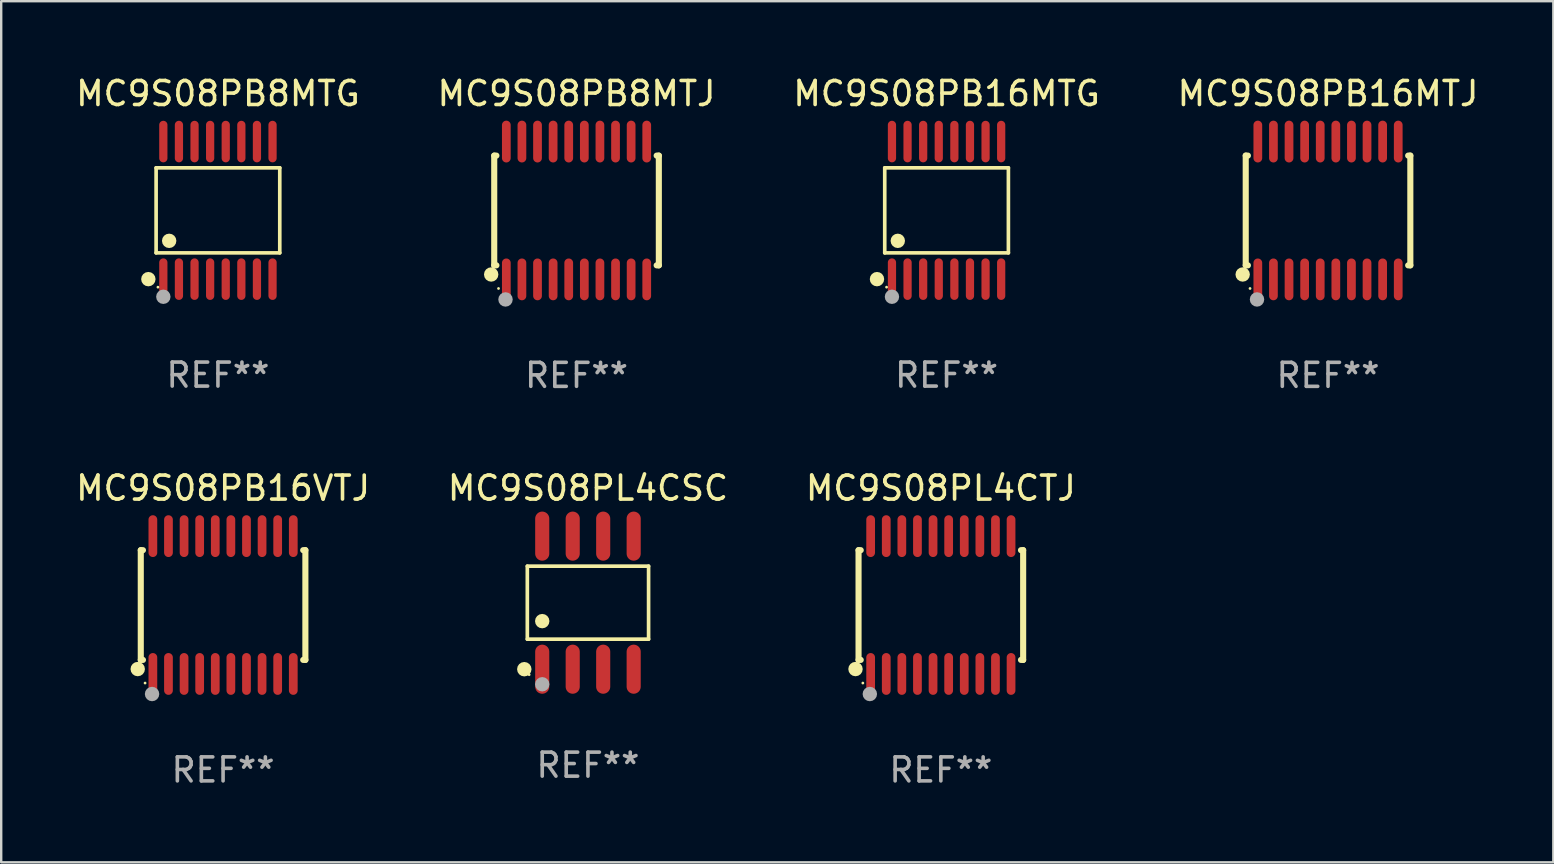
<source format=kicad_pcb>
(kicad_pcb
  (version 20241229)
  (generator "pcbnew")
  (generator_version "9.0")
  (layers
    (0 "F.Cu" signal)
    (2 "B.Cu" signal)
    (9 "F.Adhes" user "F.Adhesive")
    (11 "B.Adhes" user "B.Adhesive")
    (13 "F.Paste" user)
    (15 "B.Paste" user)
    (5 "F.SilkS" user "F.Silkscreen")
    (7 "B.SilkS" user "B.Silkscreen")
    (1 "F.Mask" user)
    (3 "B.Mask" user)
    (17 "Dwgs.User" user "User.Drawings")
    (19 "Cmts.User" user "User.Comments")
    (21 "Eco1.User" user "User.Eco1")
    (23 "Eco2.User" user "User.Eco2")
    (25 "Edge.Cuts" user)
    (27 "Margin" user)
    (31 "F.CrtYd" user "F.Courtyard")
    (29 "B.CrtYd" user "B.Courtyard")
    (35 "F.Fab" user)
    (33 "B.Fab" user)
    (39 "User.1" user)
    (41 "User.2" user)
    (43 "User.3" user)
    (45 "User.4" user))
  (footprint "MC9S08PB8MTJ"
    (layer "F.Cu")
    (at 20.97 5.719)
    (property "Reference" "MC9S08PB8MTJ" (at 0 -4.871 0) (layer "F.SilkS") (effects (font (size 1 1) (thickness 0.15))))
    (attr through_hole)
    (fp_line (start -3.429 -2.286) (end -3.429 2.286) (stroke (width 0.254) (type solid)) (layer "F.SilkS"))
    (fp_line (start -3.429 2.286) (end -3.338 2.286) (stroke (width 0.254) (type solid)) (layer "F.SilkS"))
    (fp_line (start -3.338 -2.286) (end -3.429 -2.286) (stroke (width 0.254) (type solid)) (layer "F.SilkS"))
    (fp_line (start 3.338 -2.286) (end 3.429 -2.286) (stroke (width 0.254) (type solid)) (layer "F.SilkS"))
    (fp_line (start 3.429 -2.286) (end 3.429 2.286) (stroke (width 0.254) (type solid)) (layer "F.SilkS"))
    (fp_line (start 3.429 2.286) (end 3.338 2.286) (stroke (width 0.254) (type solid)) (layer "F.SilkS"))
    (fp_circle (center -3.556 2.667) (end -3.406 2.667) (stroke (width 0.3) (type solid)) (fill no) (layer "F.SilkS"))
    (fp_circle (center -3.25 3.25) (end -3.22 3.25) (stroke (width 0.06) (type solid)) (fill no) (layer "F.SilkS"))
    (fp_circle (center -2.959 3.707) (end -2.808 3.707) (stroke (width 0.3) (type solid)) (fill no) (layer "F.Fab"))
    (fp_text user "REF**" (at 0 6.871 0) (layer "F.Fab") (effects (font (size 1 1) (thickness 0.15))))
    (pad "1" smd oval (at -2.925 2.871) (size 0.364 1.742) (layers "F.Cu" "F.Mask" "F.Paste"))
    (pad "2" smd oval (at -2.275 2.871) (size 0.364 1.742) (layers "F.Cu" "F.Mask" "F.Paste"))
    (pad "3" smd oval (at -1.625 2.871) (size 0.364 1.742) (layers "F.Cu" "F.Mask" "F.Paste"))
    (pad "4" smd oval (at -0.975 2.871) (size 0.364 1.742) (layers "F.Cu" "F.Mask" "F.Paste"))
    (pad "5" smd oval (at -0.325 2.871) (size 0.364 1.742) (layers "F.Cu" "F.Mask" "F.Paste"))
    (pad "6" smd oval (at 0.325 2.871) (size 0.364 1.742) (layers "F.Cu" "F.Mask" "F.Paste"))
    (pad "7" smd oval (at 0.975 2.871) (size 0.364 1.742) (layers "F.Cu" "F.Mask" "F.Paste"))
    (pad "8" smd oval (at 1.625 2.871) (size 0.364 1.742) (layers "F.Cu" "F.Mask" "F.Paste"))
    (pad "9" smd oval (at 2.275 2.871) (size 0.364 1.742) (layers "F.Cu" "F.Mask" "F.Paste"))
    (pad "10" smd oval (at 2.925 2.871) (size 0.364 1.742) (layers "F.Cu" "F.Mask" "F.Paste"))
    (pad "11" smd oval (at 2.925 -2.871) (size 0.364 1.742) (layers "F.Cu" "F.Mask" "F.Paste"))
    (pad "12" smd oval (at 2.275 -2.871) (size 0.364 1.742) (layers "F.Cu" "F.Mask" "F.Paste"))
    (pad "13" smd oval (at 1.625 -2.871) (size 0.364 1.742) (layers "F.Cu" "F.Mask" "F.Paste"))
    (pad "14" smd oval (at 0.975 -2.871) (size 0.364 1.742) (layers "F.Cu" "F.Mask" "F.Paste"))
    (pad "15" smd oval (at 0.325 -2.871) (size 0.364 1.742) (layers "F.Cu" "F.Mask" "F.Paste"))
    (pad "16" smd oval (at -0.325 -2.871) (size 0.364 1.742) (layers "F.Cu" "F.Mask" "F.Paste"))
    (pad "17" smd oval (at -0.975 -2.871) (size 0.364 1.742) (layers "F.Cu" "F.Mask" "F.Paste"))
    (pad "18" smd oval (at -1.625 -2.871) (size 0.364 1.742) (layers "F.Cu" "F.Mask" "F.Paste"))
    (pad "19" smd oval (at -2.275 -2.871) (size 0.364 1.742) (layers "F.Cu" "F.Mask" "F.Paste"))
    (pad "20" smd oval (at -2.925 -2.871) (size 0.364 1.742) (layers "F.Cu" "F.Mask" "F.Paste")))
  (footprint "MC9S08PL4CTJ"
    (layer "F.Cu")
    (at 36.149 22.158)
    (property "Reference" "MC9S08PL4CTJ" (at 0 -4.871 0) (layer "F.SilkS") (effects (font (size 1 1) (thickness 0.15))))
    (attr through_hole)
    (fp_line (start -3.429 -2.286) (end -3.429 2.286) (stroke (width 0.254) (type solid)) (layer "F.SilkS"))
    (fp_line (start -3.429 2.286) (end -3.338 2.286) (stroke (width 0.254) (type solid)) (layer "F.SilkS"))
    (fp_line (start -3.338 -2.286) (end -3.429 -2.286) (stroke (width 0.254) (type solid)) (layer "F.SilkS"))
    (fp_line (start 3.338 -2.286) (end 3.429 -2.286) (stroke (width 0.254) (type solid)) (layer "F.SilkS"))
    (fp_line (start 3.429 -2.286) (end 3.429 2.286) (stroke (width 0.254) (type solid)) (layer "F.SilkS"))
    (fp_line (start 3.429 2.286) (end 3.338 2.286) (stroke (width 0.254) (type solid)) (layer "F.SilkS"))
    (fp_circle (center -3.556 2.667) (end -3.406 2.667) (stroke (width 0.3) (type solid)) (fill no) (layer "F.SilkS"))
    (fp_circle (center -3.25 3.25) (end -3.22 3.25) (stroke (width 0.06) (type solid)) (fill no) (layer "F.SilkS"))
    (fp_circle (center -2.959 3.707) (end -2.808 3.707) (stroke (width 0.3) (type solid)) (fill no) (layer "F.Fab"))
    (fp_text user "REF**" (at 0 6.871 0) (layer "F.Fab") (effects (font (size 1 1) (thickness 0.15))))
    (pad "1" smd oval (at -2.925 2.871) (size 0.364 1.742) (layers "F.Cu" "F.Mask" "F.Paste"))
    (pad "2" smd oval (at -2.275 2.871) (size 0.364 1.742) (layers "F.Cu" "F.Mask" "F.Paste"))
    (pad "3" smd oval (at -1.625 2.871) (size 0.364 1.742) (layers "F.Cu" "F.Mask" "F.Paste"))
    (pad "4" smd oval (at -0.975 2.871) (size 0.364 1.742) (layers "F.Cu" "F.Mask" "F.Paste"))
    (pad "5" smd oval (at -0.325 2.871) (size 0.364 1.742) (layers "F.Cu" "F.Mask" "F.Paste"))
    (pad "6" smd oval (at 0.325 2.871) (size 0.364 1.742) (layers "F.Cu" "F.Mask" "F.Paste"))
    (pad "7" smd oval (at 0.975 2.871) (size 0.364 1.742) (layers "F.Cu" "F.Mask" "F.Paste"))
    (pad "8" smd oval (at 1.625 2.871) (size 0.364 1.742) (layers "F.Cu" "F.Mask" "F.Paste"))
    (pad "9" smd oval (at 2.275 2.871) (size 0.364 1.742) (layers "F.Cu" "F.Mask" "F.Paste"))
    (pad "10" smd oval (at 2.925 2.871) (size 0.364 1.742) (layers "F.Cu" "F.Mask" "F.Paste"))
    (pad "11" smd oval (at 2.925 -2.871) (size 0.364 1.742) (layers "F.Cu" "F.Mask" "F.Paste"))
    (pad "12" smd oval (at 2.275 -2.871) (size 0.364 1.742) (layers "F.Cu" "F.Mask" "F.Paste"))
    (pad "13" smd oval (at 1.625 -2.871) (size 0.364 1.742) (layers "F.Cu" "F.Mask" "F.Paste"))
    (pad "14" smd oval (at 0.975 -2.871) (size 0.364 1.742) (layers "F.Cu" "F.Mask" "F.Paste"))
    (pad "15" smd oval (at 0.325 -2.871) (size 0.364 1.742) (layers "F.Cu" "F.Mask" "F.Paste"))
    (pad "16" smd oval (at -0.325 -2.871) (size 0.364 1.742) (layers "F.Cu" "F.Mask" "F.Paste"))
    (pad "17" smd oval (at -0.975 -2.871) (size 0.364 1.742) (layers "F.Cu" "F.Mask" "F.Paste"))
    (pad "18" smd oval (at -1.625 -2.871) (size 0.364 1.742) (layers "F.Cu" "F.Mask" "F.Paste"))
    (pad "19" smd oval (at -2.275 -2.871) (size 0.364 1.742) (layers "F.Cu" "F.Mask" "F.Paste"))
    (pad "20" smd oval (at -2.925 -2.871) (size 0.364 1.742) (layers "F.Cu" "F.Mask" "F.Paste")))
  (footprint "MC9S08PB8MTG"
    (layer "F.Cu")
    (at 6.03 5.714)
    (property "Reference" "MC9S08PB8MTG" (at 0 -4.866 0) (layer "F.SilkS") (effects (font (size 1 1) (thickness 0.15))))
    (attr through_hole)
    (fp_line (start -2.576 -1.772) (end 2.576 -1.772) (stroke (width 0.152) (type solid)) (layer "F.SilkS"))
    (fp_line (start -2.576 1.771) (end -2.576 -1.772) (stroke (width 0.152) (type solid)) (layer "F.SilkS"))
    (fp_line (start 2.576 -1.772) (end 2.576 1.771) (stroke (width 0.152) (type solid)) (layer "F.SilkS"))
    (fp_line (start 2.576 1.771) (end -2.576 1.771) (stroke (width 0.152) (type solid)) (layer "F.SilkS"))
    (fp_circle (center -2.899 2.866) (end -2.749 2.866) (stroke (width 0.3) (type solid)) (fill no) (layer "F.SilkS"))
    (fp_circle (center -2.5 3.2) (end -2.47 3.2) (stroke (width 0.06) (type solid)) (fill no) (layer "F.SilkS"))
    (fp_circle (center -2.032 1.27) (end -1.882 1.27) (stroke (width 0.3) (type solid)) (fill no) (layer "F.SilkS"))
    (fp_circle (center -2.275 3.6) (end -2.125 3.6) (stroke (width 0.3) (type solid)) (fill no) (layer "F.Fab"))
    (fp_text user "REF**" (at 0 6.866 0) (layer "F.Fab") (effects (font (size 1 1) (thickness 0.15))))
    (pad "1" smd oval (at -2.275 2.866) (size 0.343 1.731) (layers "F.Cu" "F.Mask" "F.Paste"))
    (pad "2" smd oval (at -1.625 2.866) (size 0.343 1.731) (layers "F.Cu" "F.Mask" "F.Paste"))
    (pad "3" smd oval (at -0.975 2.866) (size 0.343 1.731) (layers "F.Cu" "F.Mask" "F.Paste"))
    (pad "4" smd oval (at -0.325 2.866) (size 0.343 1.731) (layers "F.Cu" "F.Mask" "F.Paste"))
    (pad "5" smd oval (at 0.325 2.866) (size 0.343 1.731) (layers "F.Cu" "F.Mask" "F.Paste"))
    (pad "6" smd oval (at 0.975 2.866) (size 0.343 1.731) (layers "F.Cu" "F.Mask" "F.Paste"))
    (pad "7" smd oval (at 1.625 2.866) (size 0.343 1.731) (layers "F.Cu" "F.Mask" "F.Paste"))
    (pad "8" smd oval (at 2.275 2.866) (size 0.343 1.731) (layers "F.Cu" "F.Mask" "F.Paste"))
    (pad "9" smd oval (at 2.275 -2.866) (size 0.343 1.731) (layers "F.Cu" "F.Mask" "F.Paste"))
    (pad "10" smd oval (at 1.625 -2.866) (size 0.343 1.731) (layers "F.Cu" "F.Mask" "F.Paste"))
    (pad "11" smd oval (at 0.975 -2.866) (size 0.343 1.731) (layers "F.Cu" "F.Mask" "F.Paste"))
    (pad "12" smd oval (at 0.325 -2.866) (size 0.343 1.731) (layers "F.Cu" "F.Mask" "F.Paste"))
    (pad "13" smd oval (at -0.325 -2.866) (size 0.343 1.731) (layers "F.Cu" "F.Mask" "F.Paste"))
    (pad "14" smd oval (at -0.975 -2.866) (size 0.343 1.731) (layers "F.Cu" "F.Mask" "F.Paste"))
    (pad "15" smd oval (at -1.625 -2.866) (size 0.343 1.731) (layers "F.Cu" "F.Mask" "F.Paste"))
    (pad "16" smd oval (at -2.275 -2.866) (size 0.343 1.731) (layers "F.Cu" "F.Mask" "F.Paste")))
  (footprint "MC9S08PB16MTG"
    (layer "F.Cu")
    (at 36.387 5.714)
    (property "Reference" "MC9S08PB16MTG" (at 0 -4.866 0) (layer "F.SilkS") (effects (font (size 1 1) (thickness 0.15))))
    (attr through_hole)
    (fp_line (start -2.576 -1.772) (end 2.576 -1.772) (stroke (width 0.152) (type solid)) (layer "F.SilkS"))
    (fp_line (start -2.576 1.771) (end -2.576 -1.772) (stroke (width 0.152) (type solid)) (layer "F.SilkS"))
    (fp_line (start 2.576 -1.772) (end 2.576 1.771) (stroke (width 0.152) (type solid)) (layer "F.SilkS"))
    (fp_line (start 2.576 1.771) (end -2.576 1.771) (stroke (width 0.152) (type solid)) (layer "F.SilkS"))
    (fp_circle (center -2.899 2.866) (end -2.749 2.866) (stroke (width 0.3) (type solid)) (fill no) (layer "F.SilkS"))
    (fp_circle (center -2.5 3.2) (end -2.47 3.2) (stroke (width 0.06) (type solid)) (fill no) (layer "F.SilkS"))
    (fp_circle (center -2.032 1.27) (end -1.882 1.27) (stroke (width 0.3) (type solid)) (fill no) (layer "F.SilkS"))
    (fp_circle (center -2.275 3.6) (end -2.125 3.6) (stroke (width 0.3) (type solid)) (fill no) (layer "F.Fab"))
    (fp_text user "REF**" (at 0 6.866 0) (layer "F.Fab") (effects (font (size 1 1) (thickness 0.15))))
    (pad "1" smd oval (at -2.275 2.866) (size 0.343 1.731) (layers "F.Cu" "F.Mask" "F.Paste"))
    (pad "2" smd oval (at -1.625 2.866) (size 0.343 1.731) (layers "F.Cu" "F.Mask" "F.Paste"))
    (pad "3" smd oval (at -0.975 2.866) (size 0.343 1.731) (layers "F.Cu" "F.Mask" "F.Paste"))
    (pad "4" smd oval (at -0.325 2.866) (size 0.343 1.731) (layers "F.Cu" "F.Mask" "F.Paste"))
    (pad "5" smd oval (at 0.325 2.866) (size 0.343 1.731) (layers "F.Cu" "F.Mask" "F.Paste"))
    (pad "6" smd oval (at 0.975 2.866) (size 0.343 1.731) (layers "F.Cu" "F.Mask" "F.Paste"))
    (pad "7" smd oval (at 1.625 2.866) (size 0.343 1.731) (layers "F.Cu" "F.Mask" "F.Paste"))
    (pad "8" smd oval (at 2.275 2.866) (size 0.343 1.731) (layers "F.Cu" "F.Mask" "F.Paste"))
    (pad "9" smd oval (at 2.275 -2.866) (size 0.343 1.731) (layers "F.Cu" "F.Mask" "F.Paste"))
    (pad "10" smd oval (at 1.625 -2.866) (size 0.343 1.731) (layers "F.Cu" "F.Mask" "F.Paste"))
    (pad "11" smd oval (at 0.975 -2.866) (size 0.343 1.731) (layers "F.Cu" "F.Mask" "F.Paste"))
    (pad "12" smd oval (at 0.325 -2.866) (size 0.343 1.731) (layers "F.Cu" "F.Mask" "F.Paste"))
    (pad "13" smd oval (at -0.325 -2.866) (size 0.343 1.731) (layers "F.Cu" "F.Mask" "F.Paste"))
    (pad "14" smd oval (at -0.975 -2.866) (size 0.343 1.731) (layers "F.Cu" "F.Mask" "F.Paste"))
    (pad "15" smd oval (at -1.625 -2.866) (size 0.343 1.731) (layers "F.Cu" "F.Mask" "F.Paste"))
    (pad "16" smd oval (at -2.275 -2.866) (size 0.343 1.731) (layers "F.Cu" "F.Mask" "F.Paste")))
  (footprint "MC9S08PB16VTJ"
    (layer "F.Cu")
    (at 6.244 22.158)
    (property "Reference" "MC9S08PB16VTJ" (at 0 -4.871 0) (layer "F.SilkS") (effects (font (size 1 1) (thickness 0.15))))
    (attr through_hole)
    (fp_line (start -3.429 -2.286) (end -3.429 2.286) (stroke (width 0.254) (type solid)) (layer "F.SilkS"))
    (fp_line (start -3.429 2.286) (end -3.338 2.286) (stroke (width 0.254) (type solid)) (layer "F.SilkS"))
    (fp_line (start -3.338 -2.286) (end -3.429 -2.286) (stroke (width 0.254) (type solid)) (layer "F.SilkS"))
    (fp_line (start 3.338 -2.286) (end 3.429 -2.286) (stroke (width 0.254) (type solid)) (layer "F.SilkS"))
    (fp_line (start 3.429 -2.286) (end 3.429 2.286) (stroke (width 0.254) (type solid)) (layer "F.SilkS"))
    (fp_line (start 3.429 2.286) (end 3.338 2.286) (stroke (width 0.254) (type solid)) (layer "F.SilkS"))
    (fp_circle (center -3.556 2.667) (end -3.406 2.667) (stroke (width 0.3) (type solid)) (fill no) (layer "F.SilkS"))
    (fp_circle (center -3.25 3.25) (end -3.22 3.25) (stroke (width 0.06) (type solid)) (fill no) (layer "F.SilkS"))
    (fp_circle (center -2.959 3.707) (end -2.808 3.707) (stroke (width 0.3) (type solid)) (fill no) (layer "F.Fab"))
    (fp_text user "REF**" (at 0 6.871 0) (layer "F.Fab") (effects (font (size 1 1) (thickness 0.15))))
    (pad "1" smd oval (at -2.925 2.871) (size 0.364 1.742) (layers "F.Cu" "F.Mask" "F.Paste"))
    (pad "2" smd oval (at -2.275 2.871) (size 0.364 1.742) (layers "F.Cu" "F.Mask" "F.Paste"))
    (pad "3" smd oval (at -1.625 2.871) (size 0.364 1.742) (layers "F.Cu" "F.Mask" "F.Paste"))
    (pad "4" smd oval (at -0.975 2.871) (size 0.364 1.742) (layers "F.Cu" "F.Mask" "F.Paste"))
    (pad "5" smd oval (at -0.325 2.871) (size 0.364 1.742) (layers "F.Cu" "F.Mask" "F.Paste"))
    (pad "6" smd oval (at 0.325 2.871) (size 0.364 1.742) (layers "F.Cu" "F.Mask" "F.Paste"))
    (pad "7" smd oval (at 0.975 2.871) (size 0.364 1.742) (layers "F.Cu" "F.Mask" "F.Paste"))
    (pad "8" smd oval (at 1.625 2.871) (size 0.364 1.742) (layers "F.Cu" "F.Mask" "F.Paste"))
    (pad "9" smd oval (at 2.275 2.871) (size 0.364 1.742) (layers "F.Cu" "F.Mask" "F.Paste"))
    (pad "10" smd oval (at 2.925 2.871) (size 0.364 1.742) (layers "F.Cu" "F.Mask" "F.Paste"))
    (pad "11" smd oval (at 2.925 -2.871) (size 0.364 1.742) (layers "F.Cu" "F.Mask" "F.Paste"))
    (pad "12" smd oval (at 2.275 -2.871) (size 0.364 1.742) (layers "F.Cu" "F.Mask" "F.Paste"))
    (pad "13" smd oval (at 1.625 -2.871) (size 0.364 1.742) (layers "F.Cu" "F.Mask" "F.Paste"))
    (pad "14" smd oval (at 0.975 -2.871) (size 0.364 1.742) (layers "F.Cu" "F.Mask" "F.Paste"))
    (pad "15" smd oval (at 0.325 -2.871) (size 0.364 1.742) (layers "F.Cu" "F.Mask" "F.Paste"))
    (pad "16" smd oval (at -0.325 -2.871) (size 0.364 1.742) (layers "F.Cu" "F.Mask" "F.Paste"))
    (pad "17" smd oval (at -0.975 -2.871) (size 0.364 1.742) (layers "F.Cu" "F.Mask" "F.Paste"))
    (pad "18" smd oval (at -1.625 -2.871) (size 0.364 1.742) (layers "F.Cu" "F.Mask" "F.Paste"))
    (pad "19" smd oval (at -2.275 -2.871) (size 0.364 1.742) (layers "F.Cu" "F.Mask" "F.Paste"))
    (pad "20" smd oval (at -2.925 -2.871) (size 0.364 1.742) (layers "F.Cu" "F.Mask" "F.Paste")))
  (footprint "MC9S08PL4CSC"
    (layer "F.Cu")
    (at 21.446 22.059)
    (property "Reference" "MC9S08PL4CSC" (at 0 -4.772 0) (layer "F.SilkS") (effects (font (size 1 1) (thickness 0.15))))
    (attr through_hole)
    (fp_line (start -2.526 -1.521) (end 2.526 -1.521) (stroke (width 0.152) (type solid)) (layer "F.SilkS"))
    (fp_line (start -2.526 1.521) (end -2.526 -1.521) (stroke (width 0.152) (type solid)) (layer "F.SilkS"))
    (fp_line (start 2.526 -1.521) (end 2.526 1.521) (stroke (width 0.152) (type solid)) (layer "F.SilkS"))
    (fp_line (start 2.526 1.521) (end -2.526 1.521) (stroke (width 0.152) (type solid)) (layer "F.SilkS"))
    (fp_circle (center -2.652 2.772) (end -2.501 2.772) (stroke (width 0.3) (type solid)) (fill no) (layer "F.SilkS"))
    (fp_circle (center -2.45 3) (end -2.42 3) (stroke (width 0.06) (type solid)) (fill no) (layer "F.SilkS"))
    (fp_circle (center -1.905 0.769) (end -1.755 0.769) (stroke (width 0.3) (type solid)) (fill no) (layer "F.SilkS"))
    (fp_circle (center -1.905 3.4) (end -1.755 3.4) (stroke (width 0.3) (type solid)) (fill no) (layer "F.Fab"))
    (fp_text user "REF**" (at 0 6.772 0) (layer "F.Fab") (effects (font (size 1 1) (thickness 0.15))))
    (pad "1" smd oval (at -1.905 2.772) (size 0.588 2.045) (layers "F.Cu" "F.Mask" "F.Paste"))
    (pad "2" smd oval (at -0.635 2.772) (size 0.588 2.045) (layers "F.Cu" "F.Mask" "F.Paste"))
    (pad "3" smd oval (at 0.635 2.772) (size 0.588 2.045) (layers "F.Cu" "F.Mask" "F.Paste"))
    (pad "4" smd oval (at 1.905 2.772) (size 0.588 2.045) (layers "F.Cu" "F.Mask" "F.Paste"))
    (pad "5" smd oval (at 1.905 -2.772) (size 0.588 2.045) (layers "F.Cu" "F.Mask" "F.Paste"))
    (pad "6" smd oval (at 0.635 -2.772) (size 0.588 2.045) (layers "F.Cu" "F.Mask" "F.Paste"))
    (pad "7" smd oval (at -0.635 -2.772) (size 0.588 2.045) (layers "F.Cu" "F.Mask" "F.Paste"))
    (pad "8" smd oval (at -1.905 -2.772) (size 0.588 2.045) (layers "F.Cu" "F.Mask" "F.Paste")))
  (footprint "MC9S08PB16MTJ"
    (layer "F.Cu")
    (at 52.28 5.719)
    (property "Reference" "MC9S08PB16MTJ" (at 0 -4.871 0) (layer "F.SilkS") (effects (font (size 1 1) (thickness 0.15))))
    (attr through_hole)
    (fp_line (start -3.429 -2.286) (end -3.429 2.286) (stroke (width 0.254) (type solid)) (layer "F.SilkS"))
    (fp_line (start -3.429 2.286) (end -3.338 2.286) (stroke (width 0.254) (type solid)) (layer "F.SilkS"))
    (fp_line (start -3.338 -2.286) (end -3.429 -2.286) (stroke (width 0.254) (type solid)) (layer "F.SilkS"))
    (fp_line (start 3.338 -2.286) (end 3.429 -2.286) (stroke (width 0.254) (type solid)) (layer "F.SilkS"))
    (fp_line (start 3.429 -2.286) (end 3.429 2.286) (stroke (width 0.254) (type solid)) (layer "F.SilkS"))
    (fp_line (start 3.429 2.286) (end 3.338 2.286) (stroke (width 0.254) (type solid)) (layer "F.SilkS"))
    (fp_circle (center -3.556 2.667) (end -3.406 2.667) (stroke (width 0.3) (type solid)) (fill no) (layer "F.SilkS"))
    (fp_circle (center -3.25 3.25) (end -3.22 3.25) (stroke (width 0.06) (type solid)) (fill no) (layer "F.SilkS"))
    (fp_circle (center -2.959 3.707) (end -2.808 3.707) (stroke (width 0.3) (type solid)) (fill no) (layer "F.Fab"))
    (fp_text user "REF**" (at 0 6.871 0) (layer "F.Fab") (effects (font (size 1 1) (thickness 0.15))))
    (pad "1" smd oval (at -2.925 2.871) (size 0.364 1.742) (layers "F.Cu" "F.Mask" "F.Paste"))
    (pad "2" smd oval (at -2.275 2.871) (size 0.364 1.742) (layers "F.Cu" "F.Mask" "F.Paste"))
    (pad "3" smd oval (at -1.625 2.871) (size 0.364 1.742) (layers "F.Cu" "F.Mask" "F.Paste"))
    (pad "4" smd oval (at -0.975 2.871) (size 0.364 1.742) (layers "F.Cu" "F.Mask" "F.Paste"))
    (pad "5" smd oval (at -0.325 2.871) (size 0.364 1.742) (layers "F.Cu" "F.Mask" "F.Paste"))
    (pad "6" smd oval (at 0.325 2.871) (size 0.364 1.742) (layers "F.Cu" "F.Mask" "F.Paste"))
    (pad "7" smd oval (at 0.975 2.871) (size 0.364 1.742) (layers "F.Cu" "F.Mask" "F.Paste"))
    (pad "8" smd oval (at 1.625 2.871) (size 0.364 1.742) (layers "F.Cu" "F.Mask" "F.Paste"))
    (pad "9" smd oval (at 2.275 2.871) (size 0.364 1.742) (layers "F.Cu" "F.Mask" "F.Paste"))
    (pad "10" smd oval (at 2.925 2.871) (size 0.364 1.742) (layers "F.Cu" "F.Mask" "F.Paste"))
    (pad "11" smd oval (at 2.925 -2.871) (size 0.364 1.742) (layers "F.Cu" "F.Mask" "F.Paste"))
    (pad "12" smd oval (at 2.275 -2.871) (size 0.364 1.742) (layers "F.Cu" "F.Mask" "F.Paste"))
    (pad "13" smd oval (at 1.625 -2.871) (size 0.364 1.742) (layers "F.Cu" "F.Mask" "F.Paste"))
    (pad "14" smd oval (at 0.975 -2.871) (size 0.364 1.742) (layers "F.Cu" "F.Mask" "F.Paste"))
    (pad "15" smd oval (at 0.325 -2.871) (size 0.364 1.742) (layers "F.Cu" "F.Mask" "F.Paste"))
    (pad "16" smd oval (at -0.325 -2.871) (size 0.364 1.742) (layers "F.Cu" "F.Mask" "F.Paste"))
    (pad "17" smd oval (at -0.975 -2.871) (size 0.364 1.742) (layers "F.Cu" "F.Mask" "F.Paste"))
    (pad "18" smd oval (at -1.625 -2.871) (size 0.364 1.742) (layers "F.Cu" "F.Mask" "F.Paste"))
    (pad "19" smd oval (at -2.275 -2.871) (size 0.364 1.742) (layers "F.Cu" "F.Mask" "F.Paste"))
    (pad "20" smd oval (at -2.925 -2.871) (size 0.364 1.742) (layers "F.Cu" "F.Mask" "F.Paste")))
  (gr_rect
    (start -3 -3)
    (end 61.667 32.877)
    (stroke (width 0.1) (type default))
    (fill no)
    (layer "Edge.Cuts")))
</source>
